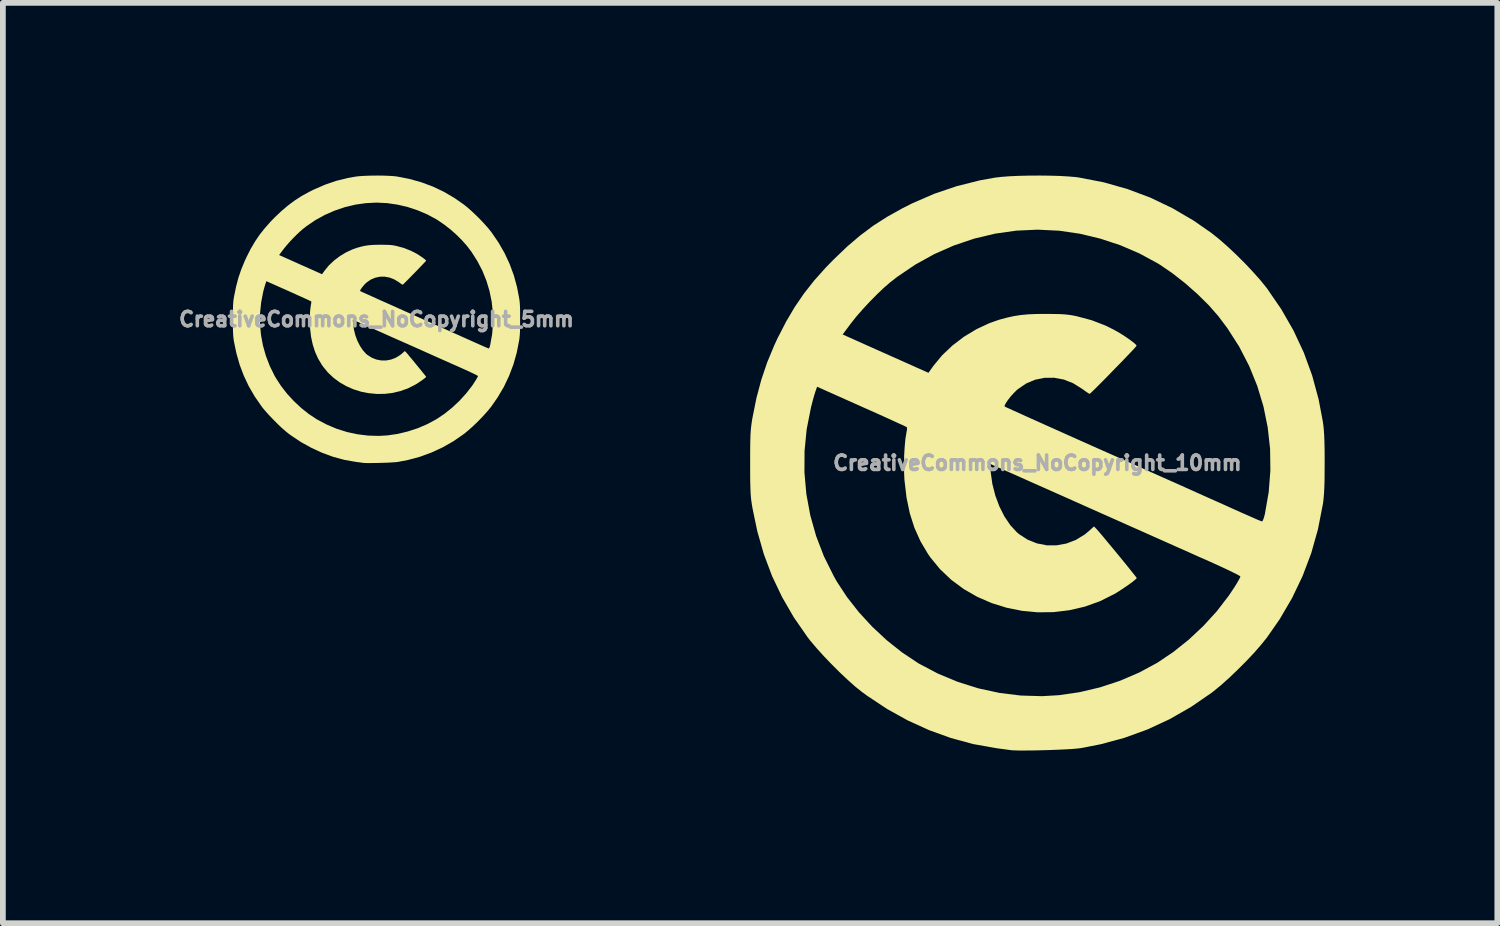
<source format=kicad_pcb>
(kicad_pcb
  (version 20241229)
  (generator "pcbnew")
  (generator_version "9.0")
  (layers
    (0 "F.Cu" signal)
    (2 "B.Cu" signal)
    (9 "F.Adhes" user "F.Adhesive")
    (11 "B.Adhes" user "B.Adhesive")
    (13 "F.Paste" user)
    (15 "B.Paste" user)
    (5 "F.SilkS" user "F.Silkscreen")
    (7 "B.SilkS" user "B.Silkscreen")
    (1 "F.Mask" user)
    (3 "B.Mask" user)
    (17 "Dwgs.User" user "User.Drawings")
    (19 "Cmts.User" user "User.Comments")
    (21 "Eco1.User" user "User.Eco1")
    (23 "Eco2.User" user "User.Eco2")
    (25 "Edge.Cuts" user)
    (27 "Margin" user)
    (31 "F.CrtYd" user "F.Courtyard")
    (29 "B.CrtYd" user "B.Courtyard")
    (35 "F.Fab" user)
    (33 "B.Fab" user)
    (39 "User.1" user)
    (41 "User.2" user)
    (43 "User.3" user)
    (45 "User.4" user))
  (footprint "CreativeCommons_NoCopyright_5mm"
    (layer "F.Cu")
    (at 3.491 2.497)
    (property "Reference" "CreativeCommons_NoCopyright_5mm" (at 0 0 0) (layer "F.Fab") (effects (font (size 0.25 0.25) (thickness 0.3))))
    (attr board_only exclude_from_pos_files exclude_from_bom)
    (fp_poly (pts (xy 0.111 -2.496) (xy 0.196 -2.493) (xy 0.273 -2.489) (xy 0.337 -2.483) (xy 0.364 -2.479) (xy 0.577 -2.437) (xy 0.783 -2.379) (xy 0.981 -2.305) (xy 1.172 -2.214) (xy 1.356 -2.106) (xy 1.514 -1.996) (xy 1.579 -1.944) (xy 1.651 -1.881) (xy 1.726 -1.81) (xy 1.802 -1.735) (xy 1.873 -1.659) (xy 1.938 -1.586) (xy 1.991 -1.52) (xy 1.996 -1.514) (xy 2.119 -1.335) (xy 2.225 -1.15) (xy 2.314 -0.959) (xy 2.387 -0.76) (xy 2.443 -0.553) (xy 2.479 -0.364) (xy 2.485 -0.325) (xy 2.489 -0.285) (xy 2.492 -0.239) (xy 2.494 -0.185) (xy 2.495 -0.12) (xy 2.495 -0.041) (xy 2.495 0) (xy 2.495 0.086) (xy 2.494 0.157) (xy 2.493 0.216) (xy 2.49 0.265) (xy 2.486 0.307) (xy 2.482 0.346) (xy 2.479 0.364) (xy 2.437 0.578) (xy 2.379 0.784) (xy 2.304 0.982) (xy 2.213 1.174) (xy 2.104 1.358) (xy 1.993 1.518) (xy 1.943 1.58) (xy 1.882 1.649) (xy 1.814 1.722) (xy 1.741 1.796) (xy 1.667 1.866) (xy 1.596 1.929) (xy 1.531 1.983) (xy 1.514 1.996) (xy 1.334 2.12) (xy 1.148 2.226) (xy 0.955 2.315) (xy 0.756 2.388) (xy 0.549 2.444) (xy 0.373 2.478) (xy 0.34 2.482) (xy 0.293 2.485) (xy 0.236 2.489) (xy 0.171 2.492) (xy 0.101 2.494) (xy 0.03 2.496) (xy -0.039 2.497) (xy -0.102 2.498) (xy -0.158 2.498) (xy -0.201 2.497) (xy -0.231 2.495) (xy -0.232 2.495) (xy -0.251 2.492) (xy -0.284 2.487) (xy -0.326 2.482) (xy -0.368 2.476) (xy -0.56 2.442) (xy -0.752 2.39) (xy -0.941 2.321) (xy -1.126 2.236) (xy -1.306 2.137) (xy -1.478 2.023) (xy -1.53 1.985) (xy -1.586 1.939) (xy -1.65 1.883) (xy -1.718 1.818) (xy -1.787 1.749) (xy -1.854 1.679) (xy -1.916 1.611) (xy -1.969 1.549) (xy -1.996 1.514) (xy -2.115 1.342) (xy -2.218 1.165) (xy -2.304 0.983) (xy -2.376 0.793) (xy -2.433 0.594) (xy -2.475 0.394) (xy -2.481 0.358) (xy -2.485 0.325) (xy -2.489 0.291) (xy -2.491 0.254) (xy -2.493 0.211) (xy -2.494 0.159) (xy -2.495 0.095) (xy -2.495 0.083) (xy -2.024 0.083) (xy -2.007 0.269) (xy -1.973 0.454) (xy -1.922 0.635) (xy -1.854 0.812) (xy -1.769 0.984) (xy -1.742 1.03) (xy -1.654 1.165) (xy -1.55 1.298) (xy -1.433 1.424) (xy -1.308 1.541) (xy -1.176 1.646) (xy -1.04 1.736) (xy -1.03 1.742) (xy -0.863 1.83) (xy -0.69 1.903) (xy -0.511 1.959) (xy -0.329 1.998) (xy -0.144 2.021) (xy 0.04 2.026) (xy 0.187 2.018) (xy 0.366 1.992) (xy 0.544 1.949) (xy 0.719 1.892) (xy 0.886 1.82) (xy 1.042 1.736) (xy 1.18 1.643) (xy 1.314 1.536) (xy 1.442 1.416) (xy 1.558 1.288) (xy 1.662 1.155) (xy 1.711 1.08) (xy 1.733 1.045) (xy 1.75 1.015) (xy 1.761 0.994) (xy 1.764 0.986) (xy 1.756 0.98) (xy 1.733 0.968) (xy 1.698 0.95) (xy 1.652 0.928) (xy 1.597 0.902) (xy 1.535 0.874) (xy 1.502 0.859) (xy 1.455 0.838) (xy 1.393 0.81) (xy 1.317 0.777) (xy 1.23 0.738) (xy 1.133 0.695) (xy 1.028 0.648) (xy 0.916 0.598) (xy 0.8 0.546) (xy 0.681 0.493) (xy 0.56 0.439) (xy 0.445 0.388) (xy 0.331 0.338) (xy 0.221 0.289) (xy 0.117 0.242) (xy 0.019 0.199) (xy -0.071 0.159) (xy -0.152 0.123) (xy -0.222 0.091) (xy -0.282 0.065) (xy -0.328 0.044) (xy -0.361 0.03) (xy -0.379 0.022) (xy -0.381 0.021) (xy -0.412 0.008) (xy -0.406 0.081) (xy -0.391 0.183) (xy -0.366 0.283) (xy -0.33 0.378) (xy -0.286 0.464) (xy -0.235 0.54) (xy -0.179 0.602) (xy -0.159 0.618) (xy -0.084 0.667) (xy -0.003 0.699) (xy 0.081 0.715) (xy 0.167 0.716) (xy 0.252 0.7) (xy 0.334 0.669) (xy 0.412 0.621) (xy 0.447 0.592) (xy 0.492 0.552) (xy 0.514 0.574) (xy 0.526 0.587) (xy 0.547 0.611) (xy 0.574 0.645) (xy 0.608 0.684) (xy 0.645 0.729) (xy 0.683 0.776) (xy 0.722 0.824) (xy 0.76 0.87) (xy 0.794 0.912) (xy 0.823 0.948) (xy 0.845 0.976) (xy 0.859 0.994) (xy 0.863 1) (xy 0.856 1.009) (xy 0.836 1.025) (xy 0.808 1.047) (xy 0.774 1.071) (xy 0.737 1.096) (xy 0.701 1.12) (xy 0.668 1.139) (xy 0.543 1.202) (xy 0.412 1.248) (xy 0.277 1.28) (xy 0.14 1.296) (xy 0.002 1.297) (xy -0.134 1.284) (xy -0.268 1.258) (xy -0.398 1.217) (xy -0.522 1.163) (xy -0.639 1.096) (xy -0.747 1.016) (xy -0.845 0.924) (xy -0.93 0.82) (xy -0.95 0.791) (xy -1.016 0.68) (xy -1.068 0.564) (xy -1.108 0.438) (xy -1.137 0.303) (xy -1.154 0.154) (xy -1.155 0.146) (xy -1.158 0.078) (xy -1.159 0.005) (xy -1.157 -0.071) (xy -1.153 -0.143) (xy -1.146 -0.208) (xy -1.138 -0.26) (xy -1.136 -0.268) (xy -1.133 -0.292) (xy -1.133 -0.309) (xy -1.135 -0.311) (xy -1.144 -0.316) (xy -1.168 -0.327) (xy -1.206 -0.345) (xy -1.255 -0.367) (xy -1.314 -0.394) (xy -1.382 -0.424) (xy -1.456 -0.458) (xy -1.527 -0.49) (xy -1.914 -0.662) (xy -1.929 -0.616) (xy -1.938 -0.587) (xy -1.95 -0.547) (xy -1.962 -0.502) (xy -1.968 -0.479) (xy -2.004 -0.292) (xy -2.023 -0.105) (xy -2.024 0.083) (xy -2.495 0.083) (xy -2.495 0.016) (xy -2.495 0) (xy -2.495 -0.082) (xy -2.494 -0.148) (xy -2.493 -0.202) (xy -2.492 -0.247) (xy -2.489 -0.285) (xy -2.486 -0.319) (xy -2.482 -0.352) (xy -2.476 -0.387) (xy -2.475 -0.394) (xy -2.44 -0.564) (xy -2.399 -0.722) (xy -2.347 -0.873) (xy -2.285 -1.022) (xy -2.255 -1.086) (xy -2.24 -1.116) (xy -1.692 -1.116) (xy -1.398 -0.985) (xy -1.326 -0.952) (xy -1.255 -0.921) (xy -1.189 -0.891) (xy -1.13 -0.865) (xy -1.08 -0.843) (xy -1.043 -0.826) (xy -1.025 -0.818) (xy -0.946 -0.783) (xy -0.903 -0.843) (xy -0.828 -0.935) (xy -0.738 -1.02) (xy -0.637 -1.097) (xy -0.528 -1.163) (xy -0.415 -1.215) (xy -0.332 -1.244) (xy -0.265 -1.262) (xy -0.204 -1.276) (xy -0.144 -1.285) (xy -0.079 -1.291) (xy -0.005 -1.294) (xy 0.073 -1.295) (xy 0.14 -1.294) (xy 0.193 -1.293) (xy 0.237 -1.291) (xy 0.274 -1.287) (xy 0.31 -1.281) (xy 0.344 -1.274) (xy 0.473 -1.24) (xy 0.592 -1.193) (xy 0.661 -1.159) (xy 0.7 -1.138) (xy 0.74 -1.113) (xy 0.778 -1.087) (xy 0.813 -1.063) (xy 0.84 -1.042) (xy 0.857 -1.026) (xy 0.862 -1.018) (xy 0.855 -1.009) (xy 0.837 -0.989) (xy 0.81 -0.961) (xy 0.776 -0.925) (xy 0.737 -0.884) (xy 0.694 -0.84) (xy 0.65 -0.795) (xy 0.606 -0.75) (xy 0.565 -0.708) (xy 0.527 -0.67) (xy 0.496 -0.639) (xy 0.472 -0.615) (xy 0.457 -0.602) (xy 0.454 -0.6) (xy 0.444 -0.605) (xy 0.423 -0.619) (xy 0.396 -0.638) (xy 0.388 -0.645) (xy 0.311 -0.692) (xy 0.229 -0.724) (xy 0.146 -0.74) (xy 0.062 -0.74) (xy -0.02 -0.723) (xy -0.097 -0.691) (xy -0.168 -0.642) (xy -0.18 -0.632) (xy -0.208 -0.605) (xy -0.234 -0.574) (xy -0.257 -0.545) (xy -0.275 -0.518) (xy -0.284 -0.499) (xy -0.284 -0.49) (xy -0.275 -0.486) (xy -0.25 -0.474) (xy -0.211 -0.456) (xy -0.159 -0.433) (xy -0.094 -0.404) (xy -0.019 -0.37) (xy 0.067 -0.331) (xy 0.162 -0.289) (xy 0.265 -0.243) (xy 0.374 -0.194) (xy 0.489 -0.142) (xy 0.605 -0.091) (xy 0.73 -0.035) (xy 0.854 0.021) (xy 0.976 0.075) (xy 1.094 0.128) (xy 1.207 0.178) (xy 1.313 0.226) (xy 1.411 0.269) (xy 1.499 0.309) (xy 1.576 0.343) (xy 1.64 0.372) (xy 1.69 0.394) (xy 1.714 0.405) (xy 1.774 0.432) (xy 1.829 0.456) (xy 1.876 0.477) (xy 1.914 0.493) (xy 1.94 0.504) (xy 1.951 0.508) (xy 1.951 0.508) (xy 1.958 0.5) (xy 1.967 0.479) (xy 1.975 0.447) (xy 1.977 0.44) (xy 2.01 0.253) (xy 2.024 0.065) (xy 2.021 -0.122) (xy 2.001 -0.307) (xy 1.964 -0.49) (xy 1.91 -0.669) (xy 1.84 -0.843) (xy 1.753 -1.01) (xy 1.651 -1.171) (xy 1.57 -1.277) (xy 1.486 -1.372) (xy 1.39 -1.468) (xy 1.285 -1.561) (xy 1.175 -1.646) (xy 1.067 -1.72) (xy 1.042 -1.736) (xy 0.886 -1.82) (xy 0.72 -1.891) (xy 0.547 -1.949) (xy 0.37 -1.991) (xy 0.193 -2.017) (xy 0.187 -2.018) (xy 0.002 -2.027) (xy -0.183 -2.018) (xy -0.366 -1.992) (xy -0.547 -1.949) (xy -0.724 -1.889) (xy -0.896 -1.814) (xy -1.061 -1.723) (xy -1.217 -1.617) (xy -1.277 -1.57) (xy -1.332 -1.522) (xy -1.394 -1.464) (xy -1.458 -1.399) (xy -1.52 -1.332) (xy -1.577 -1.266) (xy -1.623 -1.208) (xy -1.692 -1.116) (xy -2.24 -1.116) (xy -2.184 -1.226) (xy -2.109 -1.353) (xy -2.029 -1.471) (xy -1.939 -1.584) (xy -1.838 -1.698) (xy -1.769 -1.769) (xy -1.653 -1.879) (xy -1.54 -1.975) (xy -1.425 -2.061) (xy -1.305 -2.139) (xy -1.173 -2.212) (xy -1.086 -2.255) (xy -0.895 -2.338) (xy -0.7 -2.405) (xy -0.498 -2.455) (xy -0.368 -2.478) (xy -0.311 -2.485) (xy -0.24 -2.49) (xy -0.158 -2.494) (xy -0.07 -2.496) (xy 0.021 -2.497)) (stroke (width 0) (type solid)) (fill yes) (layer "F.SilkS")))
  (footprint "CreativeCommons_NoCopyright_10mm"
    (layer "F.Cu")
    (at 14.973 4.993)
    (property "Reference" "CreativeCommons_NoCopyright_10mm" (at 0 0 0) (layer "F.Fab") (effects (font (size 0.25 0.25) (thickness 0.3))))
    (attr board_only exclude_from_pos_files exclude_from_bom)
    (fp_poly (pts (xy 0.221 -4.991) (xy 0.392 -4.986) (xy 0.545 -4.977) (xy 0.674 -4.966) (xy 0.727 -4.958) (xy 1.155 -4.875) (xy 1.566 -4.758) (xy 1.962 -4.61) (xy 2.344 -4.427) (xy 2.712 -4.212) (xy 3.027 -3.993) (xy 3.158 -3.888) (xy 3.302 -3.762) (xy 3.453 -3.62) (xy 3.604 -3.47) (xy 3.747 -3.318) (xy 3.876 -3.173) (xy 3.983 -3.041) (xy 3.993 -3.027) (xy 4.238 -2.67) (xy 4.45 -2.3) (xy 4.629 -1.917) (xy 4.774 -1.519) (xy 4.886 -1.106) (xy 4.958 -0.727) (xy 4.969 -0.65) (xy 4.977 -0.569) (xy 4.983 -0.477) (xy 4.987 -0.37) (xy 4.99 -0.24) (xy 4.991 -0.082) (xy 4.991 0) (xy 4.99 0.172) (xy 4.989 0.314) (xy 4.985 0.431) (xy 4.98 0.529) (xy 4.973 0.615) (xy 4.964 0.693) (xy 4.958 0.727) (xy 4.874 1.155) (xy 4.758 1.567) (xy 4.608 1.964) (xy 4.425 2.347) (xy 4.209 2.716) (xy 3.986 3.036) (xy 3.886 3.16) (xy 3.765 3.299) (xy 3.627 3.445) (xy 3.481 3.591) (xy 3.334 3.732) (xy 3.192 3.859) (xy 3.062 3.966) (xy 3.027 3.993) (xy 2.669 4.239) (xy 2.297 4.452) (xy 1.911 4.631) (xy 1.511 4.776) (xy 1.097 4.888) (xy 0.745 4.956) (xy 0.68 4.963) (xy 0.587 4.971) (xy 0.472 4.977) (xy 0.341 4.983) (xy 0.202 4.988) (xy 0.061 4.992) (xy -0.077 4.995) (xy -0.205 4.996) (xy -0.315 4.996) (xy -0.403 4.994) (xy -0.461 4.99) (xy -0.464 4.989) (xy -0.503 4.984) (xy -0.569 4.975) (xy -0.652 4.964) (xy -0.736 4.952) (xy -1.12 4.883) (xy -1.503 4.779) (xy -1.882 4.642) (xy -2.253 4.473) (xy -2.612 4.274) (xy -2.956 4.046) (xy -3.059 3.97) (xy -3.172 3.879) (xy -3.299 3.765) (xy -3.436 3.636) (xy -3.574 3.498) (xy -3.709 3.358) (xy -3.832 3.222) (xy -3.938 3.097) (xy -3.993 3.027) (xy -4.231 2.683) (xy -4.435 2.331) (xy -4.609 1.966) (xy -4.752 1.586) (xy -4.866 1.187) (xy -4.949 0.789) (xy -4.961 0.717) (xy -4.971 0.65) (xy -4.978 0.582) (xy -4.983 0.508) (xy -4.986 0.422) (xy -4.989 0.318) (xy -4.99 0.19) (xy -4.99 0.165) (xy -4.047 0.165) (xy -4.014 0.539) (xy -3.946 0.908) (xy -3.844 1.27) (xy -3.708 1.624) (xy -3.537 1.967) (xy -3.485 2.06) (xy -3.307 2.331) (xy -3.099 2.596) (xy -2.867 2.848) (xy -2.615 3.082) (xy -2.351 3.292) (xy -2.08 3.472) (xy -2.06 3.485) (xy -1.726 3.661) (xy -1.379 3.805) (xy -1.022 3.917) (xy -0.657 3.996) (xy -0.289 4.041) (xy 0.08 4.052) (xy 0.374 4.035) (xy 0.732 3.983) (xy 1.088 3.899) (xy 1.437 3.784) (xy 1.772 3.64) (xy 2.083 3.472) (xy 2.36 3.286) (xy 2.629 3.071) (xy 2.883 2.833) (xy 3.117 2.577) (xy 3.323 2.309) (xy 3.423 2.16) (xy 3.466 2.091) (xy 3.5 2.031) (xy 3.522 1.989) (xy 3.527 1.973) (xy 3.511 1.96) (xy 3.466 1.935) (xy 3.395 1.9) (xy 3.303 1.855) (xy 3.194 1.804) (xy 3.071 1.748) (xy 3.005 1.718) (xy 2.91 1.676) (xy 2.785 1.621) (xy 2.634 1.553) (xy 2.46 1.476) (xy 2.266 1.389) (xy 2.056 1.296) (xy 1.833 1.196) (xy 1.6 1.093) (xy 1.361 0.986) (xy 1.12 0.879) (xy 0.891 0.777) (xy 0.663 0.675) (xy 0.443 0.577) (xy 0.234 0.484) (xy 0.038 0.397) (xy -0.142 0.317) (xy -0.303 0.245) (xy -0.445 0.182) (xy -0.563 0.13) (xy -0.656 0.088) (xy -0.722 0.059) (xy -0.757 0.044) (xy -0.762 0.042) (xy -0.824 0.015) (xy -0.811 0.161) (xy -0.782 0.366) (xy -0.731 0.566) (xy -0.66 0.756) (xy -0.573 0.929) (xy -0.471 1.08) (xy -0.357 1.204) (xy -0.318 1.237) (xy -0.168 1.334) (xy -0.007 1.398) (xy 0.162 1.431) (xy 0.334 1.431) (xy 0.505 1.4) (xy 0.669 1.337) (xy 0.823 1.243) (xy 0.894 1.184) (xy 0.984 1.103) (xy 1.027 1.147) (xy 1.051 1.174) (xy 1.093 1.223) (xy 1.149 1.289) (xy 1.215 1.369) (xy 1.289 1.458) (xy 1.367 1.552) (xy 1.445 1.647) (xy 1.52 1.739) (xy 1.588 1.823) (xy 1.646 1.896) (xy 1.691 1.952) (xy 1.719 1.988) (xy 1.727 2) (xy 1.712 2.017) (xy 1.673 2.05) (xy 1.616 2.093) (xy 1.547 2.142) (xy 1.473 2.192) (xy 1.401 2.239) (xy 1.336 2.278) (xy 1.085 2.403) (xy 0.823 2.497) (xy 0.554 2.559) (xy 0.28 2.592) (xy 0.005 2.595) (xy -0.268 2.569) (xy -0.536 2.515) (xy -0.796 2.434) (xy -1.044 2.326) (xy -1.278 2.192) (xy -1.494 2.032) (xy -1.689 1.848) (xy -1.86 1.64) (xy -1.9 1.582) (xy -2.031 1.361) (xy -2.136 1.127) (xy -2.216 0.877) (xy -2.273 0.605) (xy -2.308 0.308) (xy -2.31 0.292) (xy -2.316 0.157) (xy -2.317 0.009) (xy -2.314 -0.142) (xy -2.305 -0.286) (xy -2.293 -0.416) (xy -2.276 -0.52) (xy -2.273 -0.536) (xy -2.265 -0.585) (xy -2.267 -0.617) (xy -2.269 -0.622) (xy -2.288 -0.631) (xy -2.336 -0.655) (xy -2.412 -0.689) (xy -2.51 -0.734) (xy -2.628 -0.788) (xy -2.763 -0.849) (xy -2.911 -0.915) (xy -3.055 -0.979) (xy -3.827 -1.324) (xy -3.859 -1.233) (xy -3.877 -1.175) (xy -3.9 -1.094) (xy -3.923 -1.005) (xy -3.935 -0.957) (xy -4.008 -0.585) (xy -4.045 -0.21) (xy -4.047 0.165) (xy -4.99 0.165) (xy -4.99 0.032) (xy -4.99 0) (xy -4.99 -0.164) (xy -4.989 -0.297) (xy -4.987 -0.405) (xy -4.984 -0.494) (xy -4.979 -0.57) (xy -4.972 -0.638) (xy -4.963 -0.704) (xy -4.952 -0.775) (xy -4.949 -0.789) (xy -4.881 -1.128) (xy -4.797 -1.443) (xy -4.695 -1.745) (xy -4.571 -2.044) (xy -4.511 -2.173) (xy -4.48 -2.232) (xy -3.383 -2.232) (xy -2.796 -1.969) (xy -2.652 -1.905) (xy -2.511 -1.842) (xy -2.378 -1.783) (xy -2.26 -1.73) (xy -2.161 -1.686) (xy -2.086 -1.652) (xy -2.051 -1.637) (xy -1.892 -1.566) (xy -1.807 -1.686) (xy -1.656 -1.869) (xy -1.476 -2.04) (xy -1.274 -2.194) (xy -1.056 -2.325) (xy -0.829 -2.431) (xy -0.664 -2.488) (xy -0.531 -2.524) (xy -0.409 -2.551) (xy -0.287 -2.57) (xy -0.158 -2.582) (xy -0.011 -2.588) (xy 0.145 -2.589) (xy 0.28 -2.588) (xy 0.387 -2.586) (xy 0.474 -2.581) (xy 0.549 -2.573) (xy 0.62 -2.562) (xy 0.687 -2.548) (xy 0.945 -2.479) (xy 1.185 -2.386) (xy 1.322 -2.318) (xy 1.399 -2.275) (xy 1.48 -2.226) (xy 1.557 -2.175) (xy 1.626 -2.126) (xy 1.68 -2.084) (xy 1.715 -2.052) (xy 1.723 -2.036) (xy 1.709 -2.018) (xy 1.674 -1.978) (xy 1.62 -1.921) (xy 1.552 -1.85) (xy 1.474 -1.768) (xy 1.388 -1.68) (xy 1.3 -1.59) (xy 1.213 -1.5) (xy 1.13 -1.416) (xy 1.054 -1.34) (xy 0.991 -1.277) (xy 0.943 -1.231) (xy 0.915 -1.205) (xy 0.908 -1.2) (xy 0.888 -1.21) (xy 0.846 -1.238) (xy 0.792 -1.277) (xy 0.775 -1.289) (xy 0.621 -1.385) (xy 0.459 -1.449) (xy 0.291 -1.48) (xy 0.124 -1.479) (xy -0.039 -1.446) (xy -0.194 -1.381) (xy -0.336 -1.284) (xy -0.361 -1.263) (xy -0.415 -1.209) (xy -0.469 -1.149) (xy -0.515 -1.089) (xy -0.55 -1.036) (xy -0.569 -0.997) (xy -0.568 -0.98) (xy -0.55 -0.971) (xy -0.501 -0.949) (xy -0.423 -0.913) (xy -0.318 -0.866) (xy -0.189 -0.807) (xy -0.037 -0.739) (xy 0.134 -0.662) (xy 0.324 -0.577) (xy 0.529 -0.485) (xy 0.748 -0.387) (xy 0.979 -0.284) (xy 1.209 -0.182) (xy 1.46 -0.07) (xy 1.708 0.041) (xy 1.952 0.15) (xy 2.189 0.256) (xy 2.415 0.356) (xy 2.627 0.451) (xy 2.822 0.539) (xy 2.999 0.618) (xy 3.152 0.686) (xy 3.281 0.744) (xy 3.381 0.789) (xy 3.427 0.81) (xy 3.547 0.864) (xy 3.657 0.912) (xy 3.752 0.954) (xy 3.827 0.987) (xy 3.879 1.008) (xy 3.902 1.016) (xy 3.903 1.017) (xy 3.916 1.001) (xy 3.933 0.958) (xy 3.951 0.895) (xy 3.954 0.88) (xy 4.019 0.506) (xy 4.048 0.131) (xy 4.043 -0.244) (xy 4.002 -0.615) (xy 3.928 -0.981) (xy 3.82 -1.338) (xy 3.679 -1.686) (xy 3.506 -2.021) (xy 3.301 -2.341) (xy 3.14 -2.555) (xy 2.973 -2.745) (xy 2.779 -2.936) (xy 2.569 -3.121) (xy 2.351 -3.292) (xy 2.134 -3.441) (xy 2.083 -3.472) (xy 1.772 -3.64) (xy 1.44 -3.783) (xy 1.094 -3.897) (xy 0.74 -3.982) (xy 0.385 -4.034) (xy 0.374 -4.035) (xy 0.004 -4.053) (xy -0.366 -4.036) (xy -0.733 -3.984) (xy -1.095 -3.898) (xy -1.449 -3.779) (xy -1.792 -3.628) (xy -2.121 -3.446) (xy -2.434 -3.234) (xy -2.555 -3.14) (xy -2.665 -3.045) (xy -2.788 -2.928) (xy -2.916 -2.798) (xy -3.04 -2.664) (xy -3.154 -2.533) (xy -3.246 -2.416) (xy -3.383 -2.232) (xy -4.48 -2.232) (xy -4.367 -2.452) (xy -4.218 -2.705) (xy -4.057 -2.941) (xy -3.878 -3.169) (xy -3.675 -3.396) (xy -3.537 -3.537) (xy -3.306 -3.758) (xy -3.08 -3.951) (xy -2.851 -4.122) (xy -2.609 -4.277) (xy -2.347 -4.423) (xy -2.173 -4.511) (xy -1.79 -4.677) (xy -1.4 -4.809) (xy -0.997 -4.91) (xy -0.736 -4.957) (xy -0.622 -4.97) (xy -0.48 -4.981) (xy -0.317 -4.988) (xy -0.141 -4.992) (xy 0.041 -4.993)) (stroke (width 0) (type solid)) (fill yes) (layer "F.SilkS")))
  (gr_rect
    (start -3 -3)
    (end 22.964 12.99)
    (stroke (width 0.1) (type default))
    (fill no)
    (layer "Edge.Cuts")))
</source>
